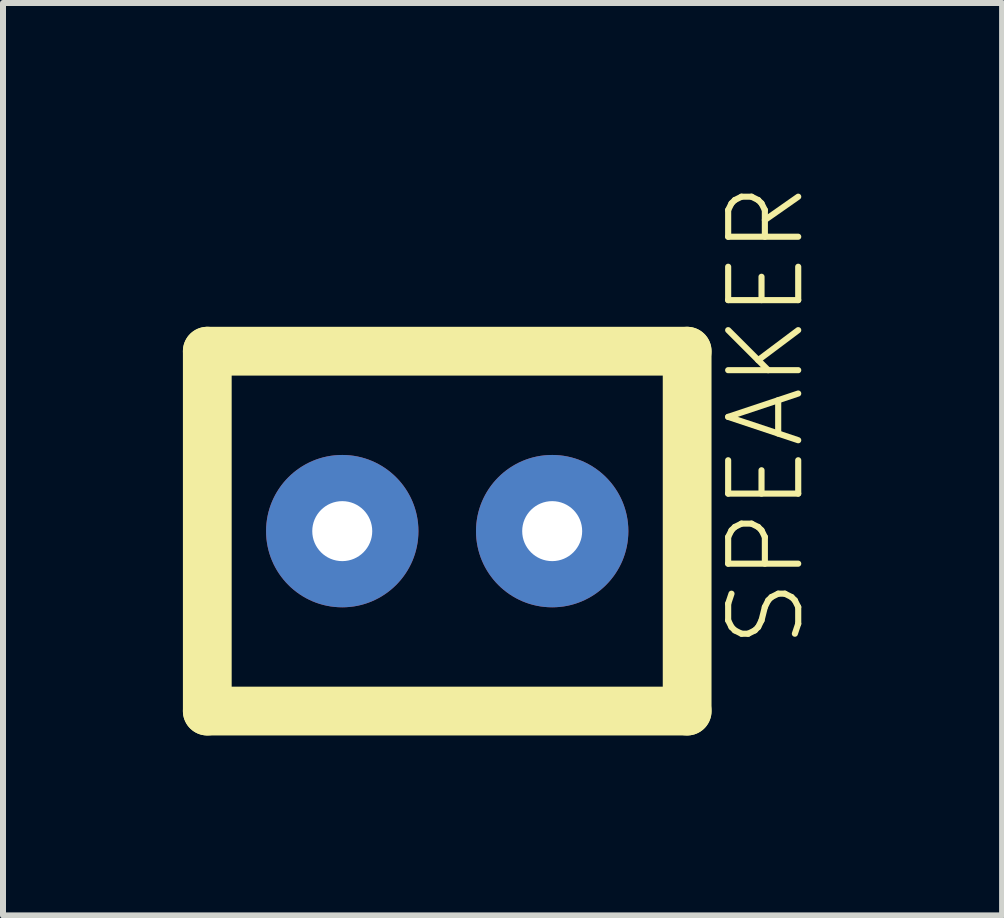
<source format=kicad_pcb>
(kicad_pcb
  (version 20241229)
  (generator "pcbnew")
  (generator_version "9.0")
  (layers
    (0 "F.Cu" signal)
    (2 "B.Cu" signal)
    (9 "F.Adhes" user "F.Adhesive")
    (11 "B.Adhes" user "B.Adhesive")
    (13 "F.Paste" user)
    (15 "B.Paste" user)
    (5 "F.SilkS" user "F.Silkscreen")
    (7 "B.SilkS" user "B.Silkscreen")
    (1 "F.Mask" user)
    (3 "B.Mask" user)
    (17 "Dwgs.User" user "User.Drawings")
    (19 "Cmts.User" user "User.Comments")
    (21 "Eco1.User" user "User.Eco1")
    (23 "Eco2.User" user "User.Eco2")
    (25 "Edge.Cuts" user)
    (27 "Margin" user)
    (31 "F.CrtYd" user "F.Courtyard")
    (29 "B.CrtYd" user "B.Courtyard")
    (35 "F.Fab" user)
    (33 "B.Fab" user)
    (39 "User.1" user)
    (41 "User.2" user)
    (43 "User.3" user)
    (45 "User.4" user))
  (footprint "SPEAKER"
    (layer "F.Cu")
    (at 4.406 5.805)
    (property "Reference" "SPEAKER" (at 6 2 90) (unlocked yes) (layer "F.SilkS") (effects (font (size 1.168 1.168) (thickness 0.102)) (justify left bottom)))
    (fp_line (start -4 -3) (end 4 -3) (stroke (width 0.813) (type solid)) (layer "F.SilkS"))
    (fp_line (start -4 3) (end -4 -3) (stroke (width 0.813) (type solid)) (layer "F.SilkS"))
    (fp_line (start 4 -3) (end 4 3) (stroke (width 0.813) (type solid)) (layer "F.SilkS"))
    (fp_line (start 4 3) (end -4 3) (stroke (width 0.813) (type solid)) (layer "F.SilkS"))
    (pad "1" thru_hole circle (at -1.75 0) (size 2.54 2.54) (drill 1) (layers "*.Cu" "*.Mask"))
    (pad "2" thru_hole circle (at 1.75 0) (size 2.54 2.54) (drill 1) (layers "*.Cu" "*.Mask")))
  (gr_rect
    (start -3 -3)
    (end 13.657 12.211)
    (stroke (width 0.1) (type default))
    (fill no)
    (layer "Edge.Cuts")))
</source>
